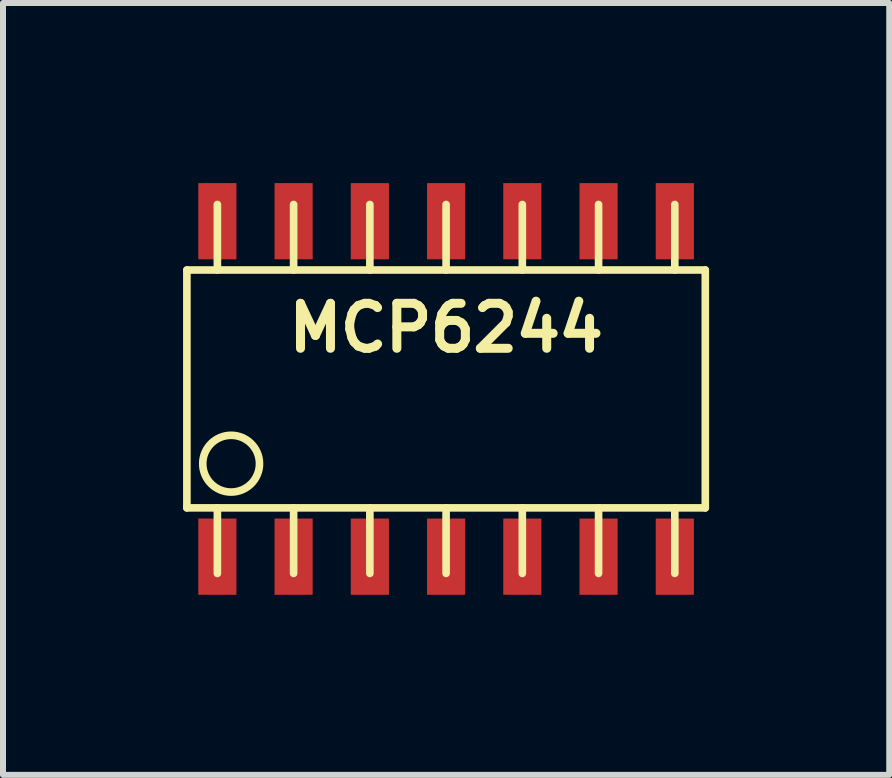
<source format=kicad_pcb>
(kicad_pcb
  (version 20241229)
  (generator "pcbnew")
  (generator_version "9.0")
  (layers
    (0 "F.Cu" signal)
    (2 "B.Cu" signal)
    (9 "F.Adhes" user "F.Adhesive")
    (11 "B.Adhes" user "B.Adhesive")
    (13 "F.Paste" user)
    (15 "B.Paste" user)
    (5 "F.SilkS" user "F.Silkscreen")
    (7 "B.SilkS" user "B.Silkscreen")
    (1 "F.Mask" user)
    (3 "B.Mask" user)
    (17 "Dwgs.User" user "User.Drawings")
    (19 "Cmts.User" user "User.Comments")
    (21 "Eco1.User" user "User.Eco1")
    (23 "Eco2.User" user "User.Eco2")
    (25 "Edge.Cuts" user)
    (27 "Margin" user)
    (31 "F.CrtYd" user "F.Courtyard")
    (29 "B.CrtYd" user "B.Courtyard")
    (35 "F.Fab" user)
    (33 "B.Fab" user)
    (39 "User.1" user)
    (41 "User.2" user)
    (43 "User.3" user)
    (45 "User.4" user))
  (footprint "MCP6244"
    (layer "F.Cu")
    (at 4.381 3.429)
    (property "Reference" "MCP6244" (at 0 -1.016 0) (layer "F.SilkS") (effects (font (size 0.749 0.749) (thickness 0.15))))
    (attr smd)
    (fp_line (start -4.318 -1.981) (end -4.318 1.981) (stroke (width 0.127) (type solid)) (layer "F.SilkS"))
    (fp_line (start -4.318 1.981) (end 4.318 1.981) (stroke (width 0.127) (type solid)) (layer "F.SilkS"))
    (fp_line (start -3.81 -1.981) (end -3.81 -3.073) (stroke (width 0.127) (type solid)) (layer "F.SilkS"))
    (fp_line (start -3.81 1.981) (end -3.81 3.073) (stroke (width 0.127) (type solid)) (layer "F.SilkS"))
    (fp_line (start -2.54 -1.981) (end -2.54 -3.073) (stroke (width 0.127) (type solid)) (layer "F.SilkS"))
    (fp_line (start -2.54 3.073) (end -2.54 1.981) (stroke (width 0.127) (type solid)) (layer "F.SilkS"))
    (fp_line (start -1.27 -1.981) (end -1.27 -3.073) (stroke (width 0.127) (type solid)) (layer "F.SilkS"))
    (fp_line (start -1.27 3.073) (end -1.27 1.981) (stroke (width 0.127) (type solid)) (layer "F.SilkS"))
    (fp_line (start 0 -1.981) (end 0 -3.073) (stroke (width 0.127) (type solid)) (layer "F.SilkS"))
    (fp_line (start 0 3.073) (end 0 1.981) (stroke (width 0.127) (type solid)) (layer "F.SilkS"))
    (fp_line (start 1.27 -3.073) (end 1.27 -1.981) (stroke (width 0.127) (type solid)) (layer "F.SilkS"))
    (fp_line (start 1.27 3.073) (end 1.27 1.981) (stroke (width 0.127) (type solid)) (layer "F.SilkS"))
    (fp_line (start 2.54 -3.073) (end 2.54 -1.981) (stroke (width 0.127) (type solid)) (layer "F.SilkS"))
    (fp_line (start 2.54 1.981) (end 2.54 3.073) (stroke (width 0.127) (type solid)) (layer "F.SilkS"))
    (fp_line (start 3.81 -3.073) (end 3.81 -1.981) (stroke (width 0.127) (type solid)) (layer "F.SilkS"))
    (fp_line (start 3.81 1.981) (end 3.81 3.073) (stroke (width 0.127) (type solid)) (layer "F.SilkS"))
    (fp_line (start 4.318 -1.981) (end -4.318 -1.981) (stroke (width 0.127) (type solid)) (layer "F.SilkS"))
    (fp_line (start 4.318 1.981) (end 4.318 -1.981) (stroke (width 0.127) (type solid)) (layer "F.SilkS"))
    (fp_circle (center -3.581 1.245) (end -3.861 1.626) (stroke (width 0.127) (type solid)) (fill no) (layer "F.SilkS"))
    (pad "1" smd rect (at -3.81 2.794) (size 0.635 1.27) (layers "F.Cu" "F.Mask" "F.Paste"))
    (pad "2" smd rect (at -2.54 2.794) (size 0.635 1.27) (layers "F.Cu" "F.Mask" "F.Paste"))
    (pad "3" smd rect (at -1.27 2.794) (size 0.635 1.27) (layers "F.Cu" "F.Mask" "F.Paste"))
    (pad "4" smd rect (at 0 2.794) (size 0.635 1.27) (layers "F.Cu" "F.Mask" "F.Paste"))
    (pad "5" smd rect (at 1.27 2.794) (size 0.635 1.27) (layers "F.Cu" "F.Mask" "F.Paste"))
    (pad "6" smd rect (at 2.54 2.794) (size 0.635 1.27) (layers "F.Cu" "F.Mask" "F.Paste"))
    (pad "7" smd rect (at 3.81 2.794) (size 0.635 1.27) (layers "F.Cu" "F.Mask" "F.Paste"))
    (pad "8" smd rect (at 3.81 -2.794) (size 0.635 1.27) (layers "F.Cu" "F.Mask" "F.Paste"))
    (pad "9" smd rect (at 2.54 -2.794) (size 0.635 1.27) (layers "F.Cu" "F.Mask" "F.Paste"))
    (pad "10" smd rect (at 1.27 -2.794) (size 0.635 1.27) (layers "F.Cu" "F.Mask" "F.Paste"))
    (pad "11" smd rect (at 0 -2.794) (size 0.635 1.27) (layers "F.Cu" "F.Mask" "F.Paste"))
    (pad "12" smd rect (at -1.27 -2.794) (size 0.635 1.27) (layers "F.Cu" "F.Mask" "F.Paste"))
    (pad "13" smd rect (at -2.54 -2.794) (size 0.635 1.27) (layers "F.Cu" "F.Mask" "F.Paste"))
    (pad "14" smd rect (at -3.81 -2.794) (size 0.635 1.27) (layers "F.Cu" "F.Mask" "F.Paste")))
  (gr_rect
    (start -3 -3)
    (end 11.763 9.858)
    (stroke (width 0.1) (type default))
    (fill no)
    (layer "Edge.Cuts")))
</source>
